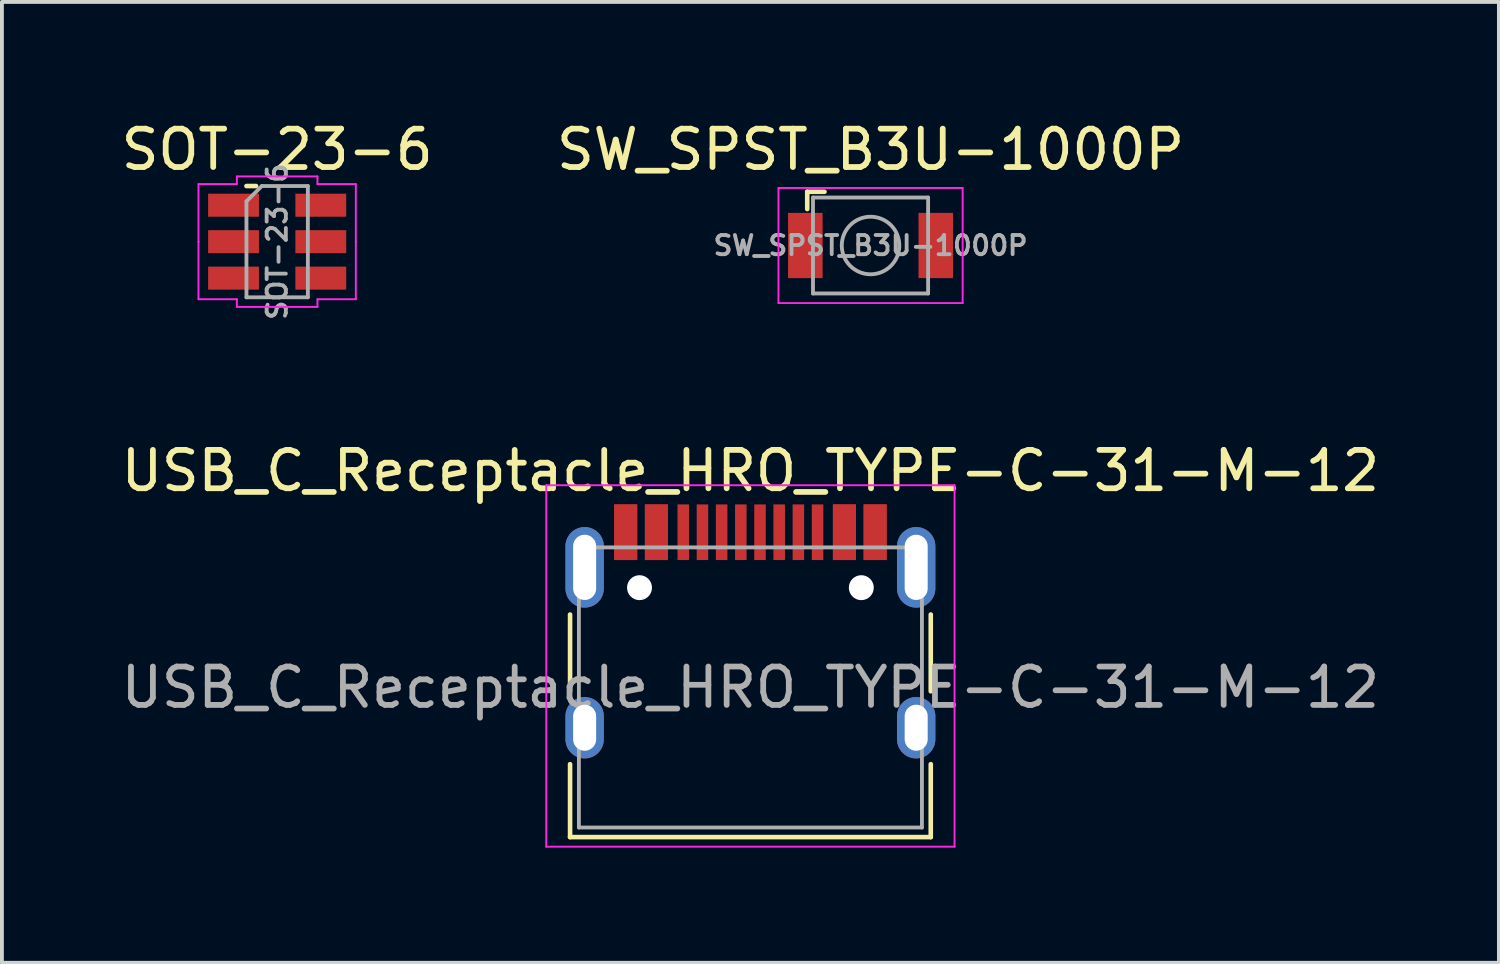
<source format=kicad_pcb>
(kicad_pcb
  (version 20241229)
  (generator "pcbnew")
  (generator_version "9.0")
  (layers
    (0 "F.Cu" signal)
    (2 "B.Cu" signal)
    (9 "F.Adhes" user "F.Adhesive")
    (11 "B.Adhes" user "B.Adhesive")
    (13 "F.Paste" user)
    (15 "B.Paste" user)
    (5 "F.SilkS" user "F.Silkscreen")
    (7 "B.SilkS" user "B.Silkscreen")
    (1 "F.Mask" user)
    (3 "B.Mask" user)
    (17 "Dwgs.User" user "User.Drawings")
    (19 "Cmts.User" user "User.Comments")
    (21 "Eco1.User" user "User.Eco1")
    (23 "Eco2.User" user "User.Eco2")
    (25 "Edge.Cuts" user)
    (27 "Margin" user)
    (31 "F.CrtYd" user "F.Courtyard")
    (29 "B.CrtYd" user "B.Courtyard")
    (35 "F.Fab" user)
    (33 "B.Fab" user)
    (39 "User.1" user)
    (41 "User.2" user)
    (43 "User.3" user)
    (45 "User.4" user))
  (footprint "SW_SPST_B3U-1000P"
    (layer "F.Cu")
    (at 19.637 3.348)
    (property "Reference" "SW_SPST_B3U-1000P" (at 0 -2.5 0) (layer "F.SilkS") (effects (font (size 1 1) (thickness 0.15))))
    (attr smd)
    (fp_line (start -1.65 -0.95) (end -1.65 -1.4) (stroke (width 0.12) (type solid)) (layer "F.SilkS"))
    (fp_line (start -1.2 -1.4) (end -1.65 -1.4) (stroke (width 0.12) (type solid)) (layer "F.SilkS"))
    (fp_line (start -2.4 -1.5) (end -2.4 1.5) (stroke (width 0.05) (type solid)) (layer "F.CrtYd"))
    (fp_line (start -2.4 1.5) (end 2.4 1.5) (stroke (width 0.05) (type solid)) (layer "F.CrtYd"))
    (fp_line (start 2.4 -1.5) (end -2.4 -1.5) (stroke (width 0.05) (type solid)) (layer "F.CrtYd"))
    (fp_line (start 2.4 1.5) (end 2.4 -1.5) (stroke (width 0.05) (type solid)) (layer "F.CrtYd"))
    (fp_line (start -1.5 -1.25) (end 1.5 -1.25) (stroke (width 0.1) (type solid)) (layer "F.Fab"))
    (fp_line (start -1.5 1.25) (end -1.5 -1.25) (stroke (width 0.1) (type solid)) (layer "F.Fab"))
    (fp_line (start 1.5 -1.25) (end 1.5 1.25) (stroke (width 0.1) (type solid)) (layer "F.Fab"))
    (fp_line (start 1.5 1.25) (end -1.5 1.25) (stroke (width 0.1) (type solid)) (layer "F.Fab"))
    (fp_circle (center 0 0) (end 0.75 0) (stroke (width 0.1) (type solid)) (fill no) (layer "F.Fab"))
    (fp_text user "${REFERENCE}" (at 0 0 0) (layer "F.Fab") (effects (font (size 0.5 0.5) (thickness 0.1) (bold yes))))
    (pad "1" smd rect (at -1.7 0) (size 0.9 1.7) (layers "F.Cu" "F.Mask" "F.Paste"))
    (pad "2" smd rect (at 1.7 0) (size 0.9 1.7) (layers "F.Cu" "F.Mask" "F.Paste")))
  (footprint "USB_C_Receptacle_HRO_TYPE-C-31-M-12"
    (layer "F.Cu")
    (at 16.506 14.865)
    (property "Reference" "USB_C_Receptacle_HRO_TYPE-C-31-M-12" (at 0 -5.645 0) (layer "F.SilkS") (effects (font (size 1 1) (thickness 0.15))))
    (attr smd)
    (fp_line (start -4.7 -1.9) (end -4.7 0.1) (stroke (width 0.12) (type solid)) (layer "F.SilkS"))
    (fp_line (start -4.7 2) (end -4.7 3.9) (stroke (width 0.12) (type solid)) (layer "F.SilkS"))
    (fp_line (start -4.7 3.9) (end 4.7 3.9) (stroke (width 0.12) (type solid)) (layer "F.SilkS"))
    (fp_line (start 4.7 -1.9) (end 4.7 0.1) (stroke (width 0.12) (type solid)) (layer "F.SilkS"))
    (fp_line (start 4.7 2) (end 4.7 3.9) (stroke (width 0.12) (type solid)) (layer "F.SilkS"))
    (fp_line (start -5.32 -5.27) (end -5.32 4.15) (stroke (width 0.05) (type solid)) (layer "F.CrtYd"))
    (fp_line (start -5.32 -5.27) (end 5.32 -5.27) (stroke (width 0.05) (type solid)) (layer "F.CrtYd"))
    (fp_line (start -5.32 4.15) (end 5.32 4.15) (stroke (width 0.05) (type solid)) (layer "F.CrtYd"))
    (fp_line (start 5.32 -5.27) (end 5.32 4.15) (stroke (width 0.05) (type solid)) (layer "F.CrtYd"))
    (fp_line (start -4.47 -3.65) (end -4.47 3.65) (stroke (width 0.1) (type solid)) (layer "F.Fab"))
    (fp_line (start -4.47 -3.65) (end 4.47 -3.65) (stroke (width 0.1) (type solid)) (layer "F.Fab"))
    (fp_line (start -4.47 3.65) (end 4.47 3.65) (stroke (width 0.1) (type solid)) (layer "F.Fab"))
    (fp_line (start 4.47 -3.65) (end 4.47 3.65) (stroke (width 0.1) (type solid)) (layer "F.Fab"))
    (fp_text user "${REFERENCE}" (at 0 0 0) (layer "F.Fab") (effects (font (size 1 1) (thickness 0.15))))
    (pad "" np_thru_hole circle (at -2.89 -2.6) (size 0.65 0.65) (drill 0.65) (layers "*.Cu" "*.Mask"))
    (pad "" np_thru_hole circle (at 2.89 -2.6) (size 0.65 0.65) (drill 0.65) (layers "*.Cu" "*.Mask"))
    (pad "A1" smd rect (at -3.25 -4.045) (size 0.6 1.45) (layers "F.Cu" "F.Mask" "F.Paste"))
    (pad "A4" smd rect (at -2.45 -4.045) (size 0.6 1.45) (layers "F.Cu" "F.Mask" "F.Paste"))
    (pad "A5" smd rect (at -1.25 -4.045) (size 0.3 1.45) (layers "F.Cu" "F.Mask" "F.Paste"))
    (pad "A6" smd rect (at -0.25 -4.045) (size 0.3 1.45) (layers "F.Cu" "F.Mask" "F.Paste"))
    (pad "A7" smd rect (at 0.25 -4.045) (size 0.3 1.45) (layers "F.Cu" "F.Mask" "F.Paste"))
    (pad "A8" smd rect (at 1.25 -4.045) (size 0.3 1.45) (layers "F.Cu" "F.Mask" "F.Paste"))
    (pad "A9" smd rect (at 2.45 -4.045) (size 0.6 1.45) (layers "F.Cu" "F.Mask" "F.Paste"))
    (pad "A12" smd rect (at 3.25 -4.045) (size 0.6 1.45) (layers "F.Cu" "F.Mask" "F.Paste"))
    (pad "B1" smd rect (at 3.25 -4.045) (size 0.6 1.45) (layers "F.Cu" "F.Mask" "F.Paste"))
    (pad "B4" smd rect (at 2.45 -4.045) (size 0.6 1.45) (layers "F.Cu" "F.Mask" "F.Paste"))
    (pad "B5" smd rect (at 1.75 -4.045) (size 0.3 1.45) (layers "F.Cu" "F.Mask" "F.Paste"))
    (pad "B6" smd rect (at 0.75 -4.045) (size 0.3 1.45) (layers "F.Cu" "F.Mask" "F.Paste"))
    (pad "B7" smd rect (at -0.75 -4.045) (size 0.3 1.45) (layers "F.Cu" "F.Mask" "F.Paste"))
    (pad "B8" smd rect (at -1.75 -4.045) (size 0.3 1.45) (layers "F.Cu" "F.Mask" "F.Paste"))
    (pad "B9" smd rect (at -2.45 -4.045) (size 0.6 1.45) (layers "F.Cu" "F.Mask" "F.Paste"))
    (pad "B12" smd rect (at -3.25 -4.045) (size 0.6 1.45) (layers "F.Cu" "F.Mask" "F.Paste"))
    (pad "S1" thru_hole oval (at -4.32 -3.13) (size 1 2.1) (drill oval 0.6 1.7) (layers "*.Cu" "*.Mask"))
    (pad "S1" thru_hole oval (at -4.32 1.05) (size 1 1.6) (drill oval 0.6 1.2) (layers "*.Cu" "*.Mask"))
    (pad "S1" thru_hole oval (at 4.32 -3.13) (size 1 2.1) (drill oval 0.6 1.7) (layers "*.Cu" "*.Mask"))
    (pad "S1" thru_hole oval (at 4.32 1.05) (size 1 1.6) (drill oval 0.6 1.2) (layers "*.Cu" "*.Mask")))
  (footprint "SOT-23-6"
    (layer "F.Cu")
    (at 4.173 3.248)
    (property "Reference" "SOT-23-6" (at 0 -2.4 0) (layer "F.SilkS") (effects (font (size 1 1) (thickness 0.15))))
    (attr smd)
    (fp_line (start -0.55 -1.45) (end -0.8 -1.45) (stroke (width 0.12) (type solid)) (layer "F.SilkS"))
    (fp_line (start -2.05 -1.5) (end -2.05 0) (stroke (width 0.05) (type default)) (layer "F.CrtYd"))
    (fp_line (start -2.05 -1.5) (end -1.05 -1.5) (stroke (width 0.05) (type default)) (layer "F.CrtYd"))
    (fp_line (start -2.05 1.5) (end -2.05 0) (stroke (width 0.05) (type default)) (layer "F.CrtYd"))
    (fp_line (start -2.05 1.5) (end -1.05 1.5) (stroke (width 0.05) (type default)) (layer "F.CrtYd"))
    (fp_line (start -1.05 -1.7) (end 0 -1.7) (stroke (width 0.05) (type default)) (layer "F.CrtYd"))
    (fp_line (start -1.05 -1.5) (end -1.05 -1.7) (stroke (width 0.05) (type default)) (layer "F.CrtYd"))
    (fp_line (start -1.05 1.5) (end -1.05 1.7) (stroke (width 0.05) (type default)) (layer "F.CrtYd"))
    (fp_line (start -1.05 1.7) (end 0 1.7) (stroke (width 0.05) (type default)) (layer "F.CrtYd"))
    (fp_line (start 1.05 -1.7) (end 0 -1.7) (stroke (width 0.05) (type default)) (layer "F.CrtYd"))
    (fp_line (start 1.05 -1.5) (end 1.05 -1.7) (stroke (width 0.05) (type default)) (layer "F.CrtYd"))
    (fp_line (start 1.05 1.5) (end 1.05 1.7) (stroke (width 0.05) (type default)) (layer "F.CrtYd"))
    (fp_line (start 1.05 1.7) (end 0 1.7) (stroke (width 0.05) (type default)) (layer "F.CrtYd"))
    (fp_line (start 2.05 -1.5) (end 1.05 -1.5) (stroke (width 0.05) (type default)) (layer "F.CrtYd"))
    (fp_line (start 2.05 -1.5) (end 2.05 0) (stroke (width 0.05) (type default)) (layer "F.CrtYd"))
    (fp_line (start 2.05 1.5) (end 1.05 1.5) (stroke (width 0.05) (type default)) (layer "F.CrtYd"))
    (fp_line (start 2.05 1.5) (end 2.05 0) (stroke (width 0.05) (type default)) (layer "F.CrtYd"))
    (fp_line (start -0.8 -1.05) (end -0.4 -1.45) (stroke (width 0.1) (type solid)) (layer "F.Fab"))
    (fp_line (start -0.8 1.45) (end -0.8 -1.05) (stroke (width 0.1) (type solid)) (layer "F.Fab"))
    (fp_line (start -0.4 -1.45) (end 0.8 -1.45) (stroke (width 0.1) (type solid)) (layer "F.Fab"))
    (fp_line (start 0.8 -1.45) (end 0.8 1.45) (stroke (width 0.1) (type solid)) (layer "F.Fab"))
    (fp_line (start 0.8 1.45) (end -0.8 1.45) (stroke (width 0.1) (type solid)) (layer "F.Fab"))
    (fp_text user "${REFERENCE}" (at 0 0 90) (layer "F.Fab") (effects (font (size 0.5 0.5) (thickness 0.1) (bold yes))))
    (pad "1" smd rect (at -1.137 -0.95) (size 1.325 0.6) (layers "F.Cu" "F.Mask" "F.Paste"))
    (pad "2" smd rect (at -1.137 0) (size 1.325 0.6) (layers "F.Cu" "F.Mask" "F.Paste"))
    (pad "3" smd rect (at -1.137 0.95) (size 1.325 0.6) (layers "F.Cu" "F.Mask" "F.Paste"))
    (pad "4" smd rect (at 1.137 0.95) (size 1.325 0.6) (layers "F.Cu" "F.Mask" "F.Paste"))
    (pad "5" smd rect (at 1.137 0) (size 1.325 0.6) (layers "F.Cu" "F.Mask" "F.Paste"))
    (pad "6" smd rect (at 1.137 -0.95) (size 1.325 0.6) (layers "F.Cu" "F.Mask" "F.Paste")))
  (gr_rect
    (start -3 -3)
    (end 36.012 22.04)
    (stroke (width 0.1) (type default))
    (fill no)
    (layer "Edge.Cuts")))
</source>
